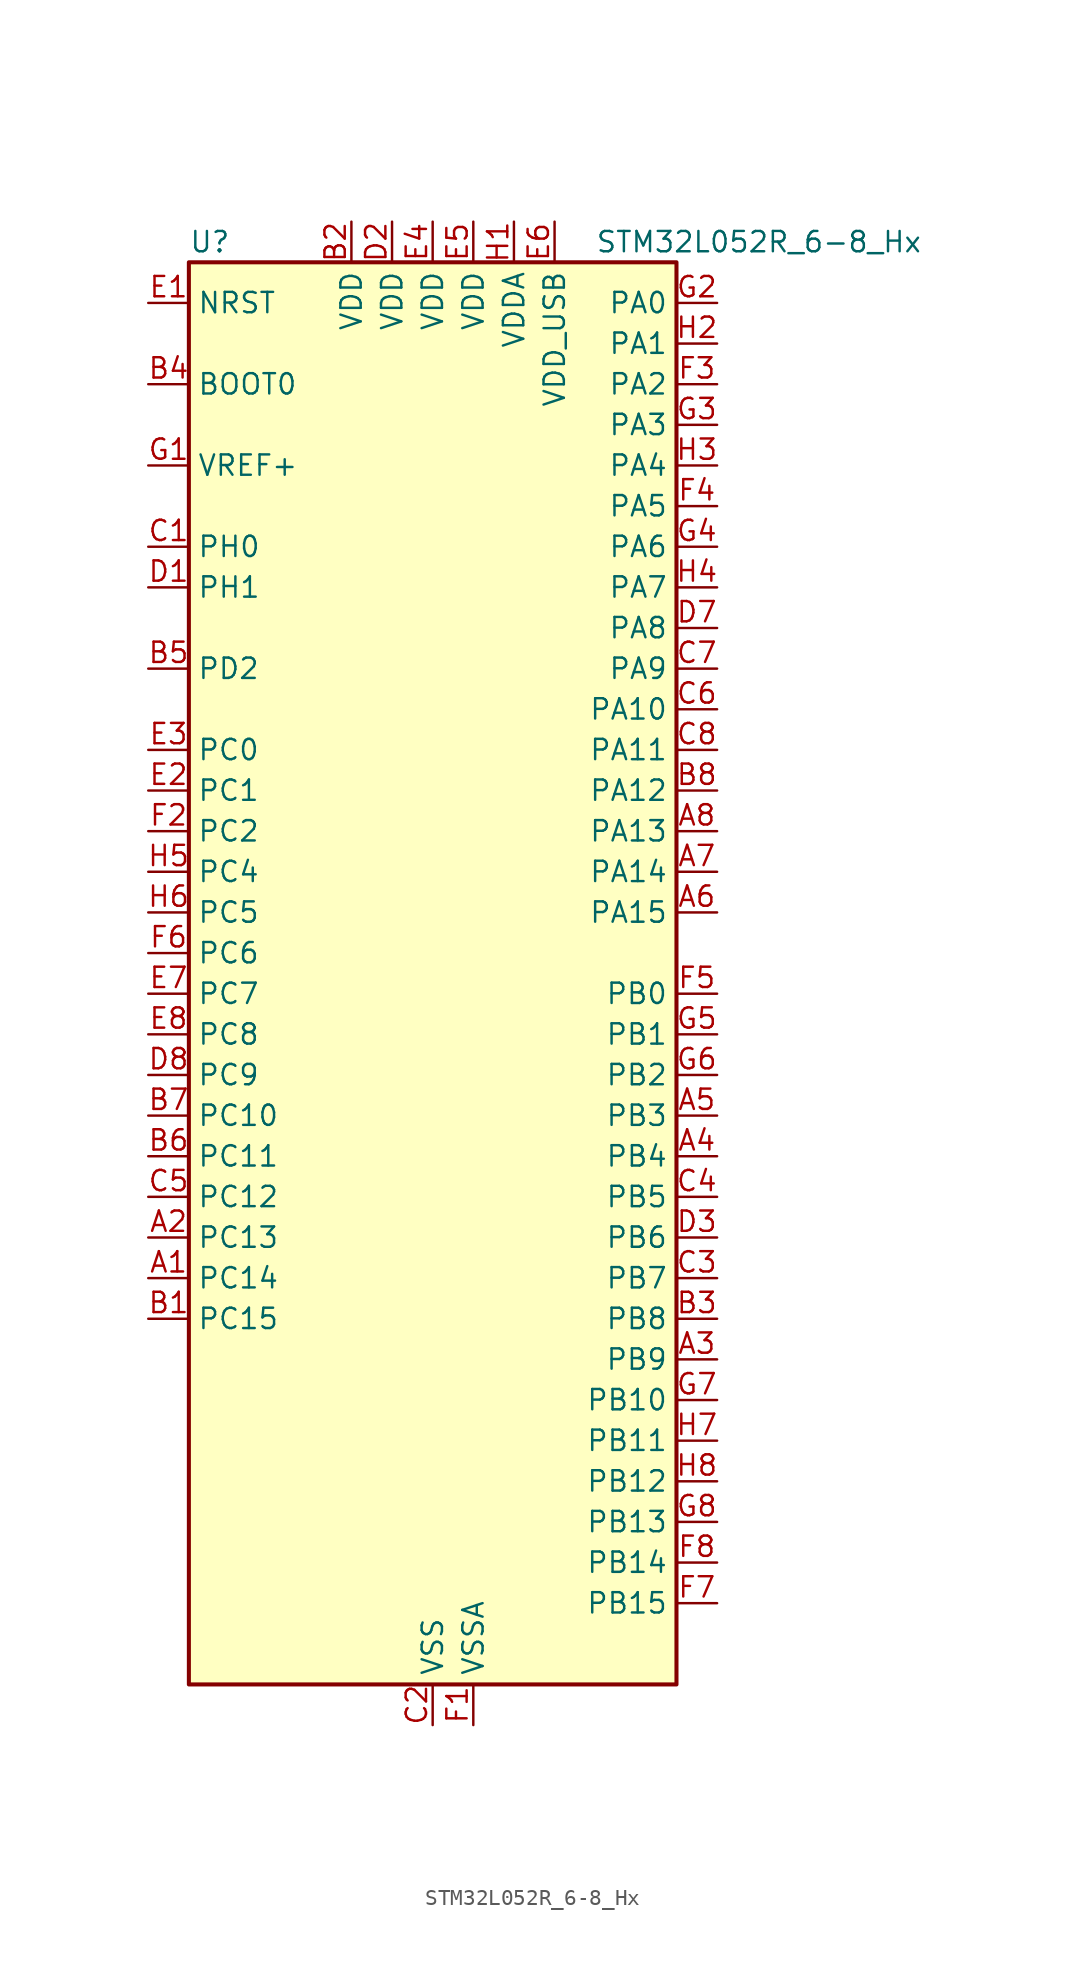
<source format=kicad_sym>
(kicad_symbol_lib
  (version 20220914)
  (generator kicad_symbol_editor)
  (symbol "STM32L052R_6-8_Hx"
    (property "Reference" "U"
      (at -15.24 46.99 0)
      (effects (font (size 1.27 1.27)) (justify left)))
    (property "Value" "STM32L052R_6-8_Hx"
      (at 10.16 46.99 0)
      (effects (font (size 1.27 1.27)) (justify left)))
    (property "ki_locked" ""
      (at 0 0 0)
      (effects (font (size 1.27 1.27))))
    (symbol "STM32L052R_6-8_Hx_0_1"
      (rectangle (start -15.24 -43.18) (end 15.24 45.72) (stroke (width 0.254) (type default)) (fill (type background))))
    (symbol "STM32L052R_6-8_Hx_1_1"
      (pin bidirectional line (at -17.78 -17.78 0) (length 2.54) (name "PC14" (effects (font (size 1.27 1.27)))) (number "A1" (effects (font (size 1.27 1.27)))) (alternate "RCC_OSC32_IN" bidirectional line))
      (pin bidirectional line (at -17.78 -15.24 0) (length 2.54) (name "PC13" (effects (font (size 1.27 1.27)))) (number "A2" (effects (font (size 1.27 1.27)))) (alternate "RTC_OUT_ALARM" bidirectional line) (alternate "RTC_OUT_CALIB" bidirectional line) (alternate "RTC_TAMP1" bidirectional line) (alternate "RTC_TS" bidirectional line) (alternate "SYS_WKUP2" bidirectional line))
      (pin bidirectional line (at 17.78 -22.86 180) (length 2.54) (name "PB9" (effects (font (size 1.27 1.27)))) (number "A3" (effects (font (size 1.27 1.27)))) (alternate "DAC_EXTI9" bidirectional line) (alternate "I2C1_SDA" bidirectional line) (alternate "I2S2_WS" bidirectional line) (alternate "SPI2_NSS" bidirectional line))
      (pin bidirectional line (at 17.78 -10.16 180) (length 2.54) (name "PB4" (effects (font (size 1.27 1.27)))) (number "A4" (effects (font (size 1.27 1.27)))) (alternate "COMP2_INP" bidirectional line) (alternate "SPI1_MISO" bidirectional line) (alternate "TIM22_CH1" bidirectional line) (alternate "TSC_G5_IO2" bidirectional line))
      (pin bidirectional line (at 17.78 -7.62 180) (length 2.54) (name "PB3" (effects (font (size 1.27 1.27)))) (number "A5" (effects (font (size 1.27 1.27)))) (alternate "COMP2_INM" bidirectional line) (alternate "SPI1_SCK" bidirectional line) (alternate "TIM2_CH2" bidirectional line) (alternate "TSC_G5_IO1" bidirectional line))
      (pin bidirectional line (at 17.78 5.08 180) (length 2.54) (name "PA15" (effects (font (size 1.27 1.27)))) (number "A6" (effects (font (size 1.27 1.27)))) (alternate "SPI1_NSS" bidirectional line) (alternate "TIM2_CH1" bidirectional line) (alternate "TIM2_ETR" bidirectional line) (alternate "USART2_RX" bidirectional line))
      (pin bidirectional line (at 17.78 7.62 180) (length 2.54) (name "PA14" (effects (font (size 1.27 1.27)))) (number "A7" (effects (font (size 1.27 1.27)))) (alternate "SYS_SWCLK" bidirectional line) (alternate "USART2_TX" bidirectional line))
      (pin bidirectional line (at 17.78 10.16 180) (length 2.54) (name "PA13" (effects (font (size 1.27 1.27)))) (number "A8" (effects (font (size 1.27 1.27)))) (alternate "SYS_SWDIO" bidirectional line) (alternate "USB_NOE" bidirectional line))
      (pin bidirectional line (at -17.78 -20.32 0) (length 2.54) (name "PC15" (effects (font (size 1.27 1.27)))) (number "B1" (effects (font (size 1.27 1.27)))) (alternate "RCC_OSC32_OUT" bidirectional line))
      (pin power_in line (at -5.08 48.26 270) (length 2.54) (name "VDD" (effects (font (size 1.27 1.27)))) (number "B2" (effects (font (size 1.27 1.27)))))
      (pin bidirectional line (at 17.78 -20.32 180) (length 2.54) (name "PB8" (effects (font (size 1.27 1.27)))) (number "B3" (effects (font (size 1.27 1.27)))) (alternate "I2C1_SCL" bidirectional line) (alternate "TSC_SYNC" bidirectional line))
      (pin input line (at -17.78 38.1 0) (length 2.54) (name "BOOT0" (effects (font (size 1.27 1.27)))) (number "B4" (effects (font (size 1.27 1.27)))))
      (pin bidirectional line (at -17.78 20.32 0) (length 2.54) (name "PD2" (effects (font (size 1.27 1.27)))) (number "B5" (effects (font (size 1.27 1.27)))) (alternate "LPUART1_DE" bidirectional line) (alternate "LPUART1_RTS" bidirectional line))
      (pin bidirectional line (at -17.78 -10.16 0) (length 2.54) (name "PC11" (effects (font (size 1.27 1.27)))) (number "B6" (effects (font (size 1.27 1.27)))) (alternate "ADC_EXTI11" bidirectional line) (alternate "LPUART1_RX" bidirectional line))
      (pin bidirectional line (at -17.78 -7.62 0) (length 2.54) (name "PC10" (effects (font (size 1.27 1.27)))) (number "B7" (effects (font (size 1.27 1.27)))) (alternate "LPUART1_TX" bidirectional line))
      (pin bidirectional line (at 17.78 12.7 180) (length 2.54) (name "PA12" (effects (font (size 1.27 1.27)))) (number "B8" (effects (font (size 1.27 1.27)))) (alternate "COMP2_OUT" bidirectional line) (alternate "SPI1_MOSI" bidirectional line) (alternate "TSC_G4_IO4" bidirectional line) (alternate "USART1_DE" bidirectional line) (alternate "USART1_RTS" bidirectional line) (alternate "USB_DP" bidirectional line))
      (pin bidirectional line (at -17.78 27.94 0) (length 2.54) (name "PH0" (effects (font (size 1.27 1.27)))) (number "C1" (effects (font (size 1.27 1.27)))) (alternate "CRS_SYNC" bidirectional line) (alternate "RCC_OSC_IN" bidirectional line))
      (pin power_in line (at 0 -45.72 90) (length 2.54) (name "VSS" (effects (font (size 1.27 1.27)))) (number "C2" (effects (font (size 1.27 1.27)))))
      (pin bidirectional line (at 17.78 -17.78 180) (length 2.54) (name "PB7" (effects (font (size 1.27 1.27)))) (number "C3" (effects (font (size 1.27 1.27)))) (alternate "COMP2_INP" bidirectional line) (alternate "I2C1_SDA" bidirectional line) (alternate "LPTIM1_IN2" bidirectional line) (alternate "SYS_PVD_IN" bidirectional line) (alternate "TSC_G5_IO4" bidirectional line) (alternate "USART1_RX" bidirectional line))
      (pin bidirectional line (at 17.78 -12.7 180) (length 2.54) (name "PB5" (effects (font (size 1.27 1.27)))) (number "C4" (effects (font (size 1.27 1.27)))) (alternate "COMP2_INP" bidirectional line) (alternate "I2C1_SMBA" bidirectional line) (alternate "LPTIM1_IN1" bidirectional line) (alternate "SPI1_MOSI" bidirectional line) (alternate "TIM22_CH2" bidirectional line))
      (pin bidirectional line (at -17.78 -12.7 0) (length 2.54) (name "PC12" (effects (font (size 1.27 1.27)))) (number "C5" (effects (font (size 1.27 1.27)))))
      (pin bidirectional line (at 17.78 17.78 180) (length 2.54) (name "PA10" (effects (font (size 1.27 1.27)))) (number "C6" (effects (font (size 1.27 1.27)))) (alternate "TSC_G4_IO2" bidirectional line) (alternate "USART1_RX" bidirectional line))
      (pin bidirectional line (at 17.78 20.32 180) (length 2.54) (name "PA9" (effects (font (size 1.27 1.27)))) (number "C7" (effects (font (size 1.27 1.27)))) (alternate "DAC_EXTI9" bidirectional line) (alternate "RCC_MCO" bidirectional line) (alternate "TSC_G4_IO1" bidirectional line) (alternate "USART1_TX" bidirectional line))
      (pin bidirectional line (at 17.78 15.24 180) (length 2.54) (name "PA11" (effects (font (size 1.27 1.27)))) (number "C8" (effects (font (size 1.27 1.27)))) (alternate "ADC_EXTI11" bidirectional line) (alternate "COMP1_OUT" bidirectional line) (alternate "SPI1_MISO" bidirectional line) (alternate "TSC_G4_IO3" bidirectional line) (alternate "USART1_CTS" bidirectional line) (alternate "USB_DM" bidirectional line))
      (pin bidirectional line (at -17.78 25.4 0) (length 2.54) (name "PH1" (effects (font (size 1.27 1.27)))) (number "D1" (effects (font (size 1.27 1.27)))) (alternate "RCC_OSC_OUT" bidirectional line))
      (pin power_in line (at -2.54 48.26 270) (length 2.54) (name "VDD" (effects (font (size 1.27 1.27)))) (number "D2" (effects (font (size 1.27 1.27)))))
      (pin bidirectional line (at 17.78 -15.24 180) (length 2.54) (name "PB6" (effects (font (size 1.27 1.27)))) (number "D3" (effects (font (size 1.27 1.27)))) (alternate "COMP2_INP" bidirectional line) (alternate "I2C1_SCL" bidirectional line) (alternate "LPTIM1_ETR" bidirectional line) (alternate "TSC_G5_IO3" bidirectional line) (alternate "USART1_TX" bidirectional line))
      (pin passive line (at 0 -45.72 90) (length 2.54) hide (name "VSS" (effects (font (size 1.27 1.27)))) (number "D4" (effects (font (size 1.27 1.27)))))
      (pin passive line (at 0 -45.72 90) (length 2.54) hide (name "VSS" (effects (font (size 1.27 1.27)))) (number "D5" (effects (font (size 1.27 1.27)))))
      (pin passive line (at 0 -45.72 90) (length 2.54) hide (name "VSS" (effects (font (size 1.27 1.27)))) (number "D6" (effects (font (size 1.27 1.27)))))
      (pin bidirectional line (at 17.78 22.86 180) (length 2.54) (name "PA8" (effects (font (size 1.27 1.27)))) (number "D7" (effects (font (size 1.27 1.27)))) (alternate "CRS_SYNC" bidirectional line) (alternate "RCC_MCO" bidirectional line) (alternate "USART1_CK" bidirectional line))
      (pin bidirectional line (at -17.78 -5.08 0) (length 2.54) (name "PC9" (effects (font (size 1.27 1.27)))) (number "D8" (effects (font (size 1.27 1.27)))) (alternate "DAC_EXTI9" bidirectional line) (alternate "TIM21_ETR" bidirectional line) (alternate "TSC_G8_IO4" bidirectional line) (alternate "USB_NOE" bidirectional line))
      (pin input line (at -17.78 43.18 0) (length 2.54) (name "NRST" (effects (font (size 1.27 1.27)))) (number "E1" (effects (font (size 1.27 1.27)))))
      (pin bidirectional line (at -17.78 12.7 0) (length 2.54) (name "PC1" (effects (font (size 1.27 1.27)))) (number "E2" (effects (font (size 1.27 1.27)))) (alternate "ADC_IN11" bidirectional line) (alternate "LPTIM1_OUT" bidirectional line) (alternate "TSC_G7_IO2" bidirectional line))
      (pin bidirectional line (at -17.78 15.24 0) (length 2.54) (name "PC0" (effects (font (size 1.27 1.27)))) (number "E3" (effects (font (size 1.27 1.27)))) (alternate "ADC_IN10" bidirectional line) (alternate "LPTIM1_IN1" bidirectional line) (alternate "TSC_G7_IO1" bidirectional line))
      (pin power_in line (at 0 48.26 270) (length 2.54) (name "VDD" (effects (font (size 1.27 1.27)))) (number "E4" (effects (font (size 1.27 1.27)))))
      (pin power_in line (at 2.54 48.26 270) (length 2.54) (name "VDD" (effects (font (size 1.27 1.27)))) (number "E5" (effects (font (size 1.27 1.27)))))
      (pin power_in line (at 7.62 48.26 270) (length 2.54) (name "VDD_USB" (effects (font (size 1.27 1.27)))) (number "E6" (effects (font (size 1.27 1.27)))))
      (pin bidirectional line (at -17.78 0 0) (length 2.54) (name "PC7" (effects (font (size 1.27 1.27)))) (number "E7" (effects (font (size 1.27 1.27)))) (alternate "TIM22_CH2" bidirectional line) (alternate "TSC_G8_IO2" bidirectional line))
      (pin bidirectional line (at -17.78 -2.54 0) (length 2.54) (name "PC8" (effects (font (size 1.27 1.27)))) (number "E8" (effects (font (size 1.27 1.27)))) (alternate "TIM22_ETR" bidirectional line) (alternate "TSC_G8_IO3" bidirectional line))
      (pin power_in line (at 2.54 -45.72 90) (length 2.54) (name "VSSA" (effects (font (size 1.27 1.27)))) (number "F1" (effects (font (size 1.27 1.27)))))
      (pin bidirectional line (at -17.78 10.16 0) (length 2.54) (name "PC2" (effects (font (size 1.27 1.27)))) (number "F2" (effects (font (size 1.27 1.27)))) (alternate "ADC_IN12" bidirectional line) (alternate "I2S2_MCK" bidirectional line) (alternate "LPTIM1_IN2" bidirectional line) (alternate "SPI2_MISO" bidirectional line) (alternate "TSC_G7_IO3" bidirectional line))
      (pin bidirectional line (at 17.78 38.1 180) (length 2.54) (name "PA2" (effects (font (size 1.27 1.27)))) (number "F3" (effects (font (size 1.27 1.27)))) (alternate "ADC_IN2" bidirectional line) (alternate "COMP2_INM" bidirectional line) (alternate "COMP2_OUT" bidirectional line) (alternate "TIM21_CH1" bidirectional line) (alternate "TIM2_CH3" bidirectional line) (alternate "TSC_G1_IO3" bidirectional line) (alternate "USART2_TX" bidirectional line))
      (pin bidirectional line (at 17.78 30.48 180) (length 2.54) (name "PA5" (effects (font (size 1.27 1.27)))) (number "F4" (effects (font (size 1.27 1.27)))) (alternate "ADC_IN5" bidirectional line) (alternate "COMP1_INM" bidirectional line) (alternate "COMP2_INM" bidirectional line) (alternate "SPI1_SCK" bidirectional line) (alternate "TIM2_CH1" bidirectional line) (alternate "TIM2_ETR" bidirectional line) (alternate "TSC_G2_IO2" bidirectional line))
      (pin bidirectional line (at 17.78 0 180) (length 2.54) (name "PB0" (effects (font (size 1.27 1.27)))) (number "F5" (effects (font (size 1.27 1.27)))) (alternate "ADC_IN8" bidirectional line) (alternate "SYS_VREF_OUT_PB0" bidirectional line) (alternate "TSC_G3_IO2" bidirectional line))
      (pin bidirectional line (at -17.78 2.54 0) (length 2.54) (name "PC6" (effects (font (size 1.27 1.27)))) (number "F6" (effects (font (size 1.27 1.27)))) (alternate "TIM22_CH1" bidirectional line) (alternate "TSC_G8_IO1" bidirectional line))
      (pin bidirectional line (at 17.78 -38.1 180) (length 2.54) (name "PB15" (effects (font (size 1.27 1.27)))) (number "F7" (effects (font (size 1.27 1.27)))) (alternate "I2S2_SD" bidirectional line) (alternate "RTC_REFIN" bidirectional line) (alternate "SPI2_MOSI" bidirectional line))
      (pin bidirectional line (at 17.78 -35.56 180) (length 2.54) (name "PB14" (effects (font (size 1.27 1.27)))) (number "F8" (effects (font (size 1.27 1.27)))) (alternate "I2C2_SDA" bidirectional line) (alternate "I2S2_MCK" bidirectional line) (alternate "LPUART1_DE" bidirectional line) (alternate "LPUART1_RTS" bidirectional line) (alternate "RTC_OUT_ALARM" bidirectional line) (alternate "RTC_OUT_CALIB" bidirectional line) (alternate "SPI2_MISO" bidirectional line) (alternate "TIM21_CH2" bidirectional line) (alternate "TSC_G6_IO4" bidirectional line))
      (pin input line (at -17.78 33.02 0) (length 2.54) (name "VREF+" (effects (font (size 1.27 1.27)))) (number "G1" (effects (font (size 1.27 1.27)))))
      (pin bidirectional line (at 17.78 43.18 180) (length 2.54) (name "PA0" (effects (font (size 1.27 1.27)))) (number "G2" (effects (font (size 1.27 1.27)))) (alternate "ADC_IN0" bidirectional line) (alternate "COMP1_INM" bidirectional line) (alternate "COMP1_OUT" bidirectional line) (alternate "RTC_TAMP2" bidirectional line) (alternate "SYS_WKUP1" bidirectional line) (alternate "TIM2_CH1" bidirectional line) (alternate "TIM2_ETR" bidirectional line) (alternate "TSC_G1_IO1" bidirectional line) (alternate "USART2_CTS" bidirectional line))
      (pin bidirectional line (at 17.78 35.56 180) (length 2.54) (name "PA3" (effects (font (size 1.27 1.27)))) (number "G3" (effects (font (size 1.27 1.27)))) (alternate "ADC_IN3" bidirectional line) (alternate "COMP2_INP" bidirectional line) (alternate "TIM21_CH2" bidirectional line) (alternate "TIM2_CH4" bidirectional line) (alternate "TSC_G1_IO4" bidirectional line) (alternate "USART2_RX" bidirectional line))
      (pin bidirectional line (at 17.78 27.94 180) (length 2.54) (name "PA6" (effects (font (size 1.27 1.27)))) (number "G4" (effects (font (size 1.27 1.27)))) (alternate "ADC_IN6" bidirectional line) (alternate "COMP1_OUT" bidirectional line) (alternate "LPUART1_CTS" bidirectional line) (alternate "SPI1_MISO" bidirectional line) (alternate "TIM22_CH1" bidirectional line) (alternate "TSC_G2_IO3" bidirectional line))
      (pin bidirectional line (at 17.78 -2.54 180) (length 2.54) (name "PB1" (effects (font (size 1.27 1.27)))) (number "G5" (effects (font (size 1.27 1.27)))) (alternate "ADC_IN9" bidirectional line) (alternate "LPUART1_DE" bidirectional line) (alternate "LPUART1_RTS" bidirectional line) (alternate "SYS_VREF_OUT_PB1" bidirectional line) (alternate "TSC_G3_IO3" bidirectional line))
      (pin bidirectional line (at 17.78 -5.08 180) (length 2.54) (name "PB2" (effects (font (size 1.27 1.27)))) (number "G6" (effects (font (size 1.27 1.27)))) (alternate "LPTIM1_OUT" bidirectional line) (alternate "TSC_G3_IO4" bidirectional line))
      (pin bidirectional line (at 17.78 -25.4 180) (length 2.54) (name "PB10" (effects (font (size 1.27 1.27)))) (number "G7" (effects (font (size 1.27 1.27)))) (alternate "I2C2_SCL" bidirectional line) (alternate "LPUART1_TX" bidirectional line) (alternate "SPI2_SCK" bidirectional line) (alternate "TIM2_CH3" bidirectional line) (alternate "TSC_SYNC" bidirectional line))
      (pin bidirectional line (at 17.78 -33.02 180) (length 2.54) (name "PB13" (effects (font (size 1.27 1.27)))) (number "G8" (effects (font (size 1.27 1.27)))) (alternate "I2C2_SCL" bidirectional line) (alternate "I2S2_CK" bidirectional line) (alternate "LPUART1_CTS" bidirectional line) (alternate "SPI2_SCK" bidirectional line) (alternate "TIM21_CH1" bidirectional line) (alternate "TSC_G6_IO3" bidirectional line))
      (pin power_in line (at 5.08 48.26 270) (length 2.54) (name "VDDA" (effects (font (size 1.27 1.27)))) (number "H1" (effects (font (size 1.27 1.27)))))
      (pin bidirectional line (at 17.78 40.64 180) (length 2.54) (name "PA1" (effects (font (size 1.27 1.27)))) (number "H2" (effects (font (size 1.27 1.27)))) (alternate "ADC_IN1" bidirectional line) (alternate "COMP1_INP" bidirectional line) (alternate "TIM21_ETR" bidirectional line) (alternate "TIM2_CH2" bidirectional line) (alternate "TSC_G1_IO2" bidirectional line) (alternate "USART2_DE" bidirectional line) (alternate "USART2_RTS" bidirectional line))
      (pin bidirectional line (at 17.78 33.02 180) (length 2.54) (name "PA4" (effects (font (size 1.27 1.27)))) (number "H3" (effects (font (size 1.27 1.27)))) (alternate "ADC_IN4" bidirectional line) (alternate "COMP1_INM" bidirectional line) (alternate "COMP2_INM" bidirectional line) (alternate "DAC_OUT1" bidirectional line) (alternate "SPI1_NSS" bidirectional line) (alternate "TIM22_ETR" bidirectional line) (alternate "TSC_G2_IO1" bidirectional line) (alternate "USART2_CK" bidirectional line))
      (pin bidirectional line (at 17.78 25.4 180) (length 2.54) (name "PA7" (effects (font (size 1.27 1.27)))) (number "H4" (effects (font (size 1.27 1.27)))) (alternate "ADC_IN7" bidirectional line) (alternate "COMP2_OUT" bidirectional line) (alternate "SPI1_MOSI" bidirectional line) (alternate "TIM22_CH2" bidirectional line) (alternate "TSC_G2_IO4" bidirectional line))
      (pin bidirectional line (at -17.78 7.62 0) (length 2.54) (name "PC4" (effects (font (size 1.27 1.27)))) (number "H5" (effects (font (size 1.27 1.27)))) (alternate "ADC_IN14" bidirectional line) (alternate "LPUART1_TX" bidirectional line))
      (pin bidirectional line (at -17.78 5.08 0) (length 2.54) (name "PC5" (effects (font (size 1.27 1.27)))) (number "H6" (effects (font (size 1.27 1.27)))) (alternate "ADC_IN15" bidirectional line) (alternate "LPUART1_RX" bidirectional line) (alternate "TSC_G3_IO1" bidirectional line))
      (pin bidirectional line (at 17.78 -27.94 180) (length 2.54) (name "PB11" (effects (font (size 1.27 1.27)))) (number "H7" (effects (font (size 1.27 1.27)))) (alternate "ADC_EXTI11" bidirectional line) (alternate "I2C2_SDA" bidirectional line) (alternate "LPUART1_RX" bidirectional line) (alternate "TIM2_CH4" bidirectional line) (alternate "TSC_G6_IO1" bidirectional line))
      (pin bidirectional line (at 17.78 -30.48 180) (length 2.54) (name "PB12" (effects (font (size 1.27 1.27)))) (number "H8" (effects (font (size 1.27 1.27)))) (alternate "I2S2_WS" bidirectional line) (alternate "LPUART1_DE" bidirectional line) (alternate "LPUART1_RTS" bidirectional line) (alternate "SPI2_NSS" bidirectional line) (alternate "TSC_G6_IO2" bidirectional line)))))
</source>
